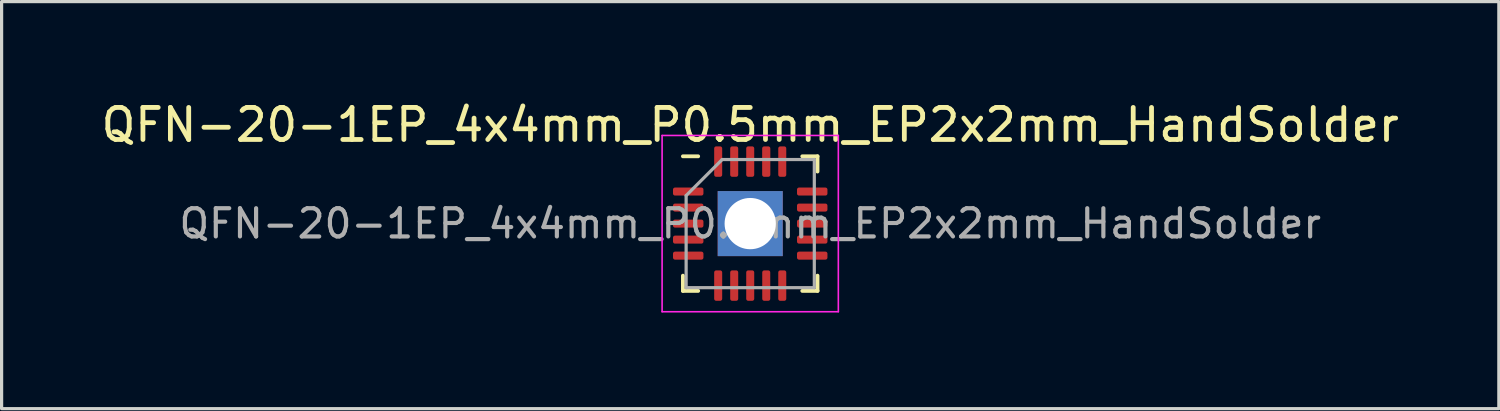
<source format=kicad_pcb>
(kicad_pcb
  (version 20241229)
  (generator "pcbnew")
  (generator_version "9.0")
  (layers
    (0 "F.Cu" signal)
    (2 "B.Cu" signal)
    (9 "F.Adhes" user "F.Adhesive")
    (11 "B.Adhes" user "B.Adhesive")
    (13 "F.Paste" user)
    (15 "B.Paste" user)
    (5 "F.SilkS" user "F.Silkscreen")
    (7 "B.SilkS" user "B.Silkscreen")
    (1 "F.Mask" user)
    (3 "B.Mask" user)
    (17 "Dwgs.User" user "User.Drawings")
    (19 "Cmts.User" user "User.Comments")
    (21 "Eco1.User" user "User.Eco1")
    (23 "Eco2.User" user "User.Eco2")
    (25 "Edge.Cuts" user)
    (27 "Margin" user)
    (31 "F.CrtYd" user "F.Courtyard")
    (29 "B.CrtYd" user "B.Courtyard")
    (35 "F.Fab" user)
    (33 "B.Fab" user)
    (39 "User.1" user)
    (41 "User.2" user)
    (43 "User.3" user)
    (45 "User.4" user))
  (footprint "QFN-20-1EP_4x4mm_P0.5mm_EP2x2mm_HandSolder"
    (layer "F.Cu")
    (at 20.363 3.928)
    (property "Reference" "QFN-20-1EP_4x4mm_P0.5mm_EP2x2mm_HandSolder" (at 0 -3.08 0) (layer "F.SilkS") (effects (font (size 1 1) (thickness 0.15))))
    (attr smd)
    (fp_line (start -2.1 2.1) (end -2.1 1.625) (stroke (width 0.12) (type solid)) (layer "F.SilkS"))
    (fp_line (start -1.625 -2.1) (end -2.1 -2.1) (stroke (width 0.12) (type solid)) (layer "F.SilkS"))
    (fp_line (start -1.625 2.1) (end -2.1 2.1) (stroke (width 0.12) (type solid)) (layer "F.SilkS"))
    (fp_line (start 1.625 -2.1) (end 2.1 -2.1) (stroke (width 0.12) (type solid)) (layer "F.SilkS"))
    (fp_line (start 1.625 2.1) (end 2.1 2.1) (stroke (width 0.12) (type solid)) (layer "F.SilkS"))
    (fp_line (start 2.1 -2.1) (end 2.1 -1.625) (stroke (width 0.12) (type solid)) (layer "F.SilkS"))
    (fp_line (start 2.1 2.1) (end 2.1 1.625) (stroke (width 0.12) (type solid)) (layer "F.SilkS"))
    (fp_line (start -2.75 -2.75) (end -2.75 2.75) (stroke (width 0.05) (type solid)) (layer "F.CrtYd"))
    (fp_line (start -2.75 2.75) (end 2.75 2.75) (stroke (width 0.05) (type solid)) (layer "F.CrtYd"))
    (fp_line (start 2.75 -2.75) (end -2.75 -2.75) (stroke (width 0.05) (type solid)) (layer "F.CrtYd"))
    (fp_line (start 2.75 2.75) (end 2.75 -2.75) (stroke (width 0.05) (type solid)) (layer "F.CrtYd"))
    (fp_line (start -2 -0.875) (end -0.875 -2) (stroke (width 0.1) (type solid)) (layer "F.Fab"))
    (fp_line (start -2 2) (end -2 -0.875) (stroke (width 0.1) (type solid)) (layer "F.Fab"))
    (fp_line (start -0.875 -2) (end 2 -2) (stroke (width 0.1) (type solid)) (layer "F.Fab"))
    (fp_line (start 2 -2) (end 2 2) (stroke (width 0.1) (type solid)) (layer "F.Fab"))
    (fp_line (start 2 2) (end -2 2) (stroke (width 0.1) (type solid)) (layer "F.Fab"))
    (fp_text user "${REFERENCE}" (at 0 0 0) (layer "F.Fab") (effects (font (size 0.88 0.88) (thickness 0.13))))
    (pad "" smd roundrect (at -0.9 0 90) (size 1 0.175) (layers "F.Paste") (roundrect_rratio 0.25))
    (pad "" smd roundrect (at -0.8 -0.8) (size 0.4 0.4) (layers "F.Paste") (roundrect_rratio 0.25))
    (pad "" smd roundrect (at -0.8 0.8) (size 0.4 0.4) (layers "F.Paste") (roundrect_rratio 0.25))
    (pad "" smd roundrect (at 0 -0.912) (size 1 0.175) (layers "F.Paste") (roundrect_rratio 0.25))
    (pad "" smd roundrect (at 0 0.9) (size 1 0.175) (layers "F.Paste") (roundrect_rratio 0.25))
    (pad "" smd roundrect (at 0.8 -0.8) (size 0.4 0.4) (layers "F.Paste") (roundrect_rratio 0.25))
    (pad "" smd roundrect (at 0.8 0.8) (size 0.4 0.4) (layers "F.Paste") (roundrect_rratio 0.25))
    (pad "" smd roundrect (at 0.9 0 90) (size 1 0.175) (layers "F.Paste") (roundrect_rratio 0.25))
    (pad "1" smd roundrect (at -1.935 -1) (size 0.95 0.25) (layers "F.Cu" "F.Mask" "F.Paste") (roundrect_rratio 0.25))
    (pad "2" smd roundrect (at -1.935 -0.5) (size 0.95 0.25) (layers "F.Cu" "F.Mask" "F.Paste") (roundrect_rratio 0.25))
    (pad "3" smd roundrect (at -1.935 0) (size 0.95 0.25) (layers "F.Cu" "F.Mask" "F.Paste") (roundrect_rratio 0.25))
    (pad "4" smd roundrect (at -1.935 0.5) (size 0.95 0.25) (layers "F.Cu" "F.Mask" "F.Paste") (roundrect_rratio 0.25))
    (pad "5" smd roundrect (at -1.935 1) (size 0.95 0.25) (layers "F.Cu" "F.Mask" "F.Paste") (roundrect_rratio 0.25))
    (pad "6" smd roundrect (at -1 1.935) (size 0.25 0.95) (layers "F.Cu" "F.Mask" "F.Paste") (roundrect_rratio 0.25))
    (pad "7" smd roundrect (at -0.5 1.935) (size 0.25 0.95) (layers "F.Cu" "F.Mask" "F.Paste") (roundrect_rratio 0.25))
    (pad "8" smd roundrect (at 0 1.935) (size 0.25 0.95) (layers "F.Cu" "F.Mask" "F.Paste") (roundrect_rratio 0.25))
    (pad "9" smd roundrect (at 0.5 1.935) (size 0.25 0.95) (layers "F.Cu" "F.Mask" "F.Paste") (roundrect_rratio 0.25))
    (pad "10" smd roundrect (at 1 1.935) (size 0.25 0.95) (layers "F.Cu" "F.Mask" "F.Paste") (roundrect_rratio 0.25))
    (pad "11" smd roundrect (at 1.935 1) (size 0.95 0.25) (layers "F.Cu" "F.Mask" "F.Paste") (roundrect_rratio 0.25))
    (pad "12" smd roundrect (at 1.935 0.5) (size 0.95 0.25) (layers "F.Cu" "F.Mask" "F.Paste") (roundrect_rratio 0.25))
    (pad "13" smd roundrect (at 1.935 0) (size 0.95 0.25) (layers "F.Cu" "F.Mask" "F.Paste") (roundrect_rratio 0.25))
    (pad "14" smd roundrect (at 1.935 -0.5) (size 0.95 0.25) (layers "F.Cu" "F.Mask" "F.Paste") (roundrect_rratio 0.25))
    (pad "15" smd roundrect (at 1.935 -1) (size 0.95 0.25) (layers "F.Cu" "F.Mask" "F.Paste") (roundrect_rratio 0.25))
    (pad "16" smd roundrect (at 1 -1.935) (size 0.25 0.95) (layers "F.Cu" "F.Mask" "F.Paste") (roundrect_rratio 0.25))
    (pad "17" smd roundrect (at 0.5 -1.935) (size 0.255 0.95) (layers "F.Cu" "F.Mask" "F.Paste") (roundrect_rratio 0.25))
    (pad "18" smd roundrect (at 0 -1.935) (size 0.25 0.95) (layers "F.Cu" "F.Mask" "F.Paste") (roundrect_rratio 0.25))
    (pad "19" smd roundrect (at -0.5 -1.935) (size 0.25 0.95) (layers "F.Cu" "F.Mask" "F.Paste") (roundrect_rratio 0.25))
    (pad "20" smd roundrect (at -1 -1.935) (size 0.25 0.95) (layers "F.Cu" "F.Mask" "F.Paste") (roundrect_rratio 0.25))
    (pad "21" thru_hole rect (at 0 0) (size 2.03 2.03) (drill 1.6) (layers "*.Cu" "*.Mask")))
  (gr_rect
    (start -3 -3)
    (end 43.726 9.703)
    (stroke (width 0.1) (type default))
    (fill no)
    (layer "Edge.Cuts")))
</source>
